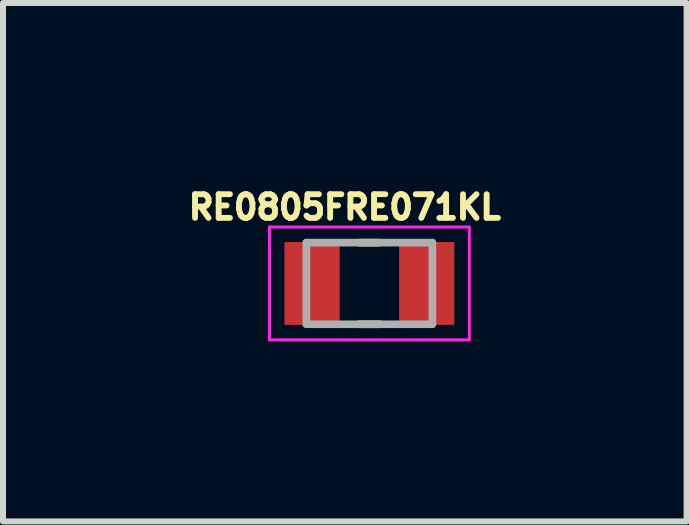
<source format=kicad_pcb>
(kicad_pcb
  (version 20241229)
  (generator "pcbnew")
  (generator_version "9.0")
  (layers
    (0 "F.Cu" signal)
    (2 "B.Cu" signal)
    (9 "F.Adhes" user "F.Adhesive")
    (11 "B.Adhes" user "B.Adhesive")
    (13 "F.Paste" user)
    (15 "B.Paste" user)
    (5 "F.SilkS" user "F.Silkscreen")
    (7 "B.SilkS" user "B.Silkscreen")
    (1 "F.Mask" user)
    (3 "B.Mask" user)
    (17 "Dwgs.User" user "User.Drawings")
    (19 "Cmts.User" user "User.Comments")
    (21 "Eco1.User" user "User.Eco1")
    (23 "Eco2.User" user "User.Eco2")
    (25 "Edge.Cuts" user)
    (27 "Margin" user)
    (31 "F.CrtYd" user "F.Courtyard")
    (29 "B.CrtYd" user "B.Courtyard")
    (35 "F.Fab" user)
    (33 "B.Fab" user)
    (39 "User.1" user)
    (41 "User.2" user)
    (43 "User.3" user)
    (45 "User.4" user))
  (footprint "RE0805FRE071KL"
    (layer "F.Cu")
    (at 3.105 1.673)
    (property "Reference" "RE0805FRE071KL" (at -0.41 -1.27 0) (layer "F.SilkS") (effects (font (size 0.394 0.394) (thickness 0.098))))
    (attr smd)
    (fp_line (start -0.17 -0.68) (end 0.17 -0.68) (stroke (width 0.127) (type solid)) (layer "F.SilkS"))
    (fp_line (start -0.17 0.68) (end 0.17 0.68) (stroke (width 0.127) (type solid)) (layer "F.SilkS"))
    (fp_line (start -1.665 -0.94) (end 1.665 -0.94) (stroke (width 0.05) (type solid)) (layer "F.CrtYd"))
    (fp_line (start -1.665 0.94) (end -1.665 -0.94) (stroke (width 0.05) (type solid)) (layer "F.CrtYd"))
    (fp_line (start -1.665 0.94) (end 1.665 0.94) (stroke (width 0.05) (type solid)) (layer "F.CrtYd"))
    (fp_line (start 1.665 0.94) (end 1.665 -0.94) (stroke (width 0.05) (type solid)) (layer "F.CrtYd"))
    (fp_line (start -1.05 0.68) (end -1.05 -0.68) (stroke (width 0.127) (type solid)) (layer "F.Fab"))
    (fp_line (start 1.05 -0.68) (end -1.05 -0.68) (stroke (width 0.127) (type solid)) (layer "F.Fab"))
    (fp_line (start 1.05 0.68) (end -1.05 0.68) (stroke (width 0.127) (type solid)) (layer "F.Fab"))
    (fp_line (start 1.05 0.68) (end 1.05 -0.68) (stroke (width 0.127) (type solid)) (layer "F.Fab"))
    (pad "1" smd rect (at -0.955 0) (size 0.92 1.38) (layers "F.Cu" "F.Mask" "F.Paste"))
    (pad "2" smd rect (at 0.955 0) (size 0.92 1.38) (layers "F.Cu" "F.Mask" "F.Paste")))
  (gr_rect
    (start -3 -3)
    (end 8.391 5.638)
    (stroke (width 0.1) (type default))
    (fill no)
    (layer "Edge.Cuts")))
</source>
